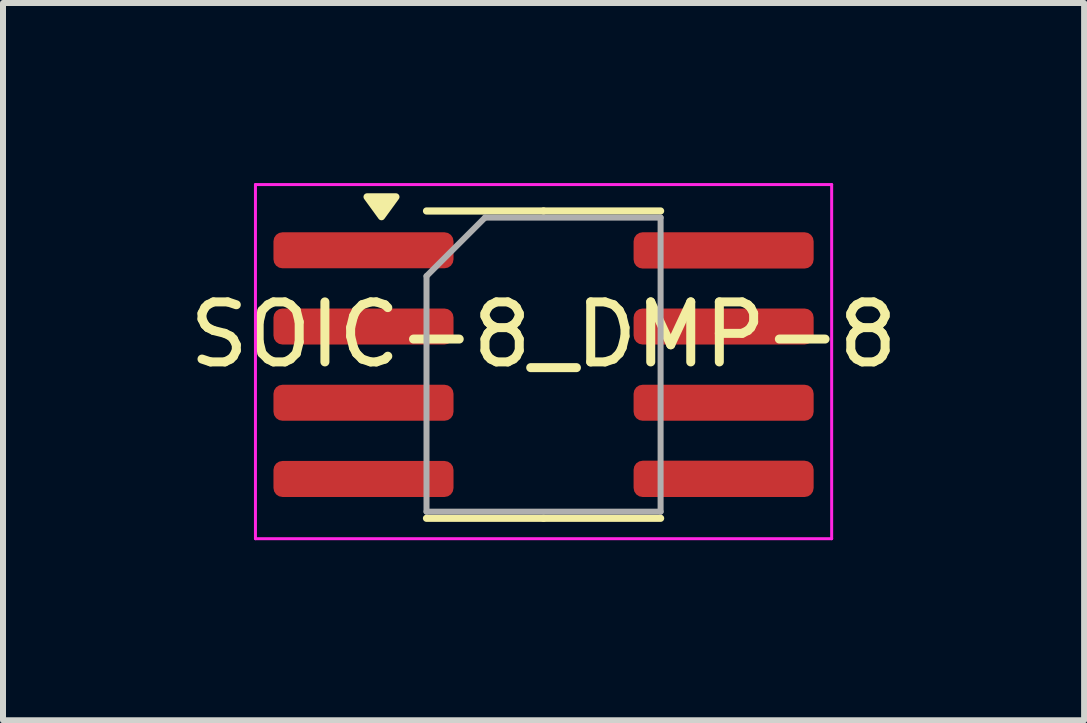
<source format=kicad_pcb>
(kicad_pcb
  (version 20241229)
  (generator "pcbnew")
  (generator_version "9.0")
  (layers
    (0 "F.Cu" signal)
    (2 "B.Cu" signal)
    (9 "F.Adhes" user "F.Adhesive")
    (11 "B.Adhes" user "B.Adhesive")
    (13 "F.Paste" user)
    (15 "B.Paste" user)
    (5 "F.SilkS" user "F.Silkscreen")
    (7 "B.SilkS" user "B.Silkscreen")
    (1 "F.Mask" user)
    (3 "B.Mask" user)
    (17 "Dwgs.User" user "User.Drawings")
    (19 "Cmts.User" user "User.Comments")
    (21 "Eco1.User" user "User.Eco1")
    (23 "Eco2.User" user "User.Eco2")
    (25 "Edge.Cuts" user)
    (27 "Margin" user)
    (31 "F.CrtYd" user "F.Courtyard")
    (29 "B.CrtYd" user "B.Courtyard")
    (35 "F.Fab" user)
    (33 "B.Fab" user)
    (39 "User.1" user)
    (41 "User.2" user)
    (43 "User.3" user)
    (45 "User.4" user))
  (footprint "SOIC-8_DMP-8"
    (layer "F.Cu")
    (at 6.006 3.025)
    (property "Reference" "SOIC-8_DMP-8" (at 0 -0.5 0) (unlocked yes) (layer "F.SilkS") (effects (font (size 1 1) (thickness 0.15))))
    (attr smd)
    (fp_line (start 0 -2.56) (end -1.95 -2.56) (stroke (width 0.12) (type solid)) (layer "F.SilkS"))
    (fp_line (start 0 -2.56) (end 1.95 -2.56) (stroke (width 0.12) (type solid)) (layer "F.SilkS"))
    (fp_line (start 0 2.56) (end -1.95 2.56) (stroke (width 0.12) (type solid)) (layer "F.SilkS"))
    (fp_line (start 0 2.56) (end 1.95 2.56) (stroke (width 0.12) (type solid)) (layer "F.SilkS"))
    (fp_poly (pts (xy -2.7 -2.465) (xy -2.94 -2.795) (xy -2.46 -2.795) (xy -2.7 -2.465)) (stroke (width 0.12) (type solid)) (fill yes) (layer "F.SilkS"))
    (fp_line (start -4.8 -3) (end -4.8 2.9) (stroke (width 0.05) (type solid)) (layer "F.CrtYd"))
    (fp_line (start -4.8 2.9) (end 4.8 2.9) (stroke (width 0.05) (type solid)) (layer "F.CrtYd"))
    (fp_line (start 4.8 -3) (end -4.8 -3) (stroke (width 0.05) (type solid)) (layer "F.CrtYd"))
    (fp_line (start 4.8 2.9) (end 4.8 -3) (stroke (width 0.05) (type solid)) (layer "F.CrtYd"))
    (fp_line (start -1.95 -1.475) (end -0.975 -2.45) (stroke (width 0.1) (type solid)) (layer "F.Fab"))
    (fp_line (start -1.95 2.45) (end -1.95 -1.475) (stroke (width 0.1) (type solid)) (layer "F.Fab"))
    (fp_line (start -0.975 -2.45) (end 1.95 -2.45) (stroke (width 0.1) (type solid)) (layer "F.Fab"))
    (fp_line (start 1.95 -2.45) (end 1.95 2.45) (stroke (width 0.1) (type solid)) (layer "F.Fab"))
    (fp_line (start 1.95 2.45) (end -1.95 2.45) (stroke (width 0.1) (type solid)) (layer "F.Fab"))
    (pad "1" smd roundrect (at -3 -1.905) (size 3 0.6) (layers "F.Cu" "F.Mask" "F.Paste") (roundrect_rratio 0.25))
    (pad "2" smd roundrect (at -3 -0.635) (size 3 0.6) (layers "F.Cu" "F.Mask" "F.Paste") (roundrect_rratio 0.25))
    (pad "3" smd roundrect (at -3 0.635) (size 3 0.6) (layers "F.Cu" "F.Mask" "F.Paste") (roundrect_rratio 0.25))
    (pad "4" smd roundrect (at -3 1.905) (size 3 0.6) (layers "F.Cu" "F.Mask" "F.Paste") (roundrect_rratio 0.25))
    (pad "5" smd roundrect (at 3 1.903) (size 3 0.605) (layers "F.Cu" "F.Mask" "F.Paste") (roundrect_rratio 0.25))
    (pad "6" smd roundrect (at 3 0.635) (size 3 0.6) (layers "F.Cu" "F.Mask" "F.Paste") (roundrect_rratio 0.25))
    (pad "7" smd roundrect (at 3 -0.635) (size 3 0.6) (layers "F.Cu" "F.Mask" "F.Paste") (roundrect_rratio 0.25))
    (pad "8" smd roundrect (at 3 -1.903) (size 3 0.605) (layers "F.Cu" "F.Mask" "F.Paste") (roundrect_rratio 0.25)))
  (gr_rect
    (start -3 -3)
    (end 15.012 8.95)
    (stroke (width 0.1) (type default))
    (fill no)
    (layer "Edge.Cuts")))
</source>
